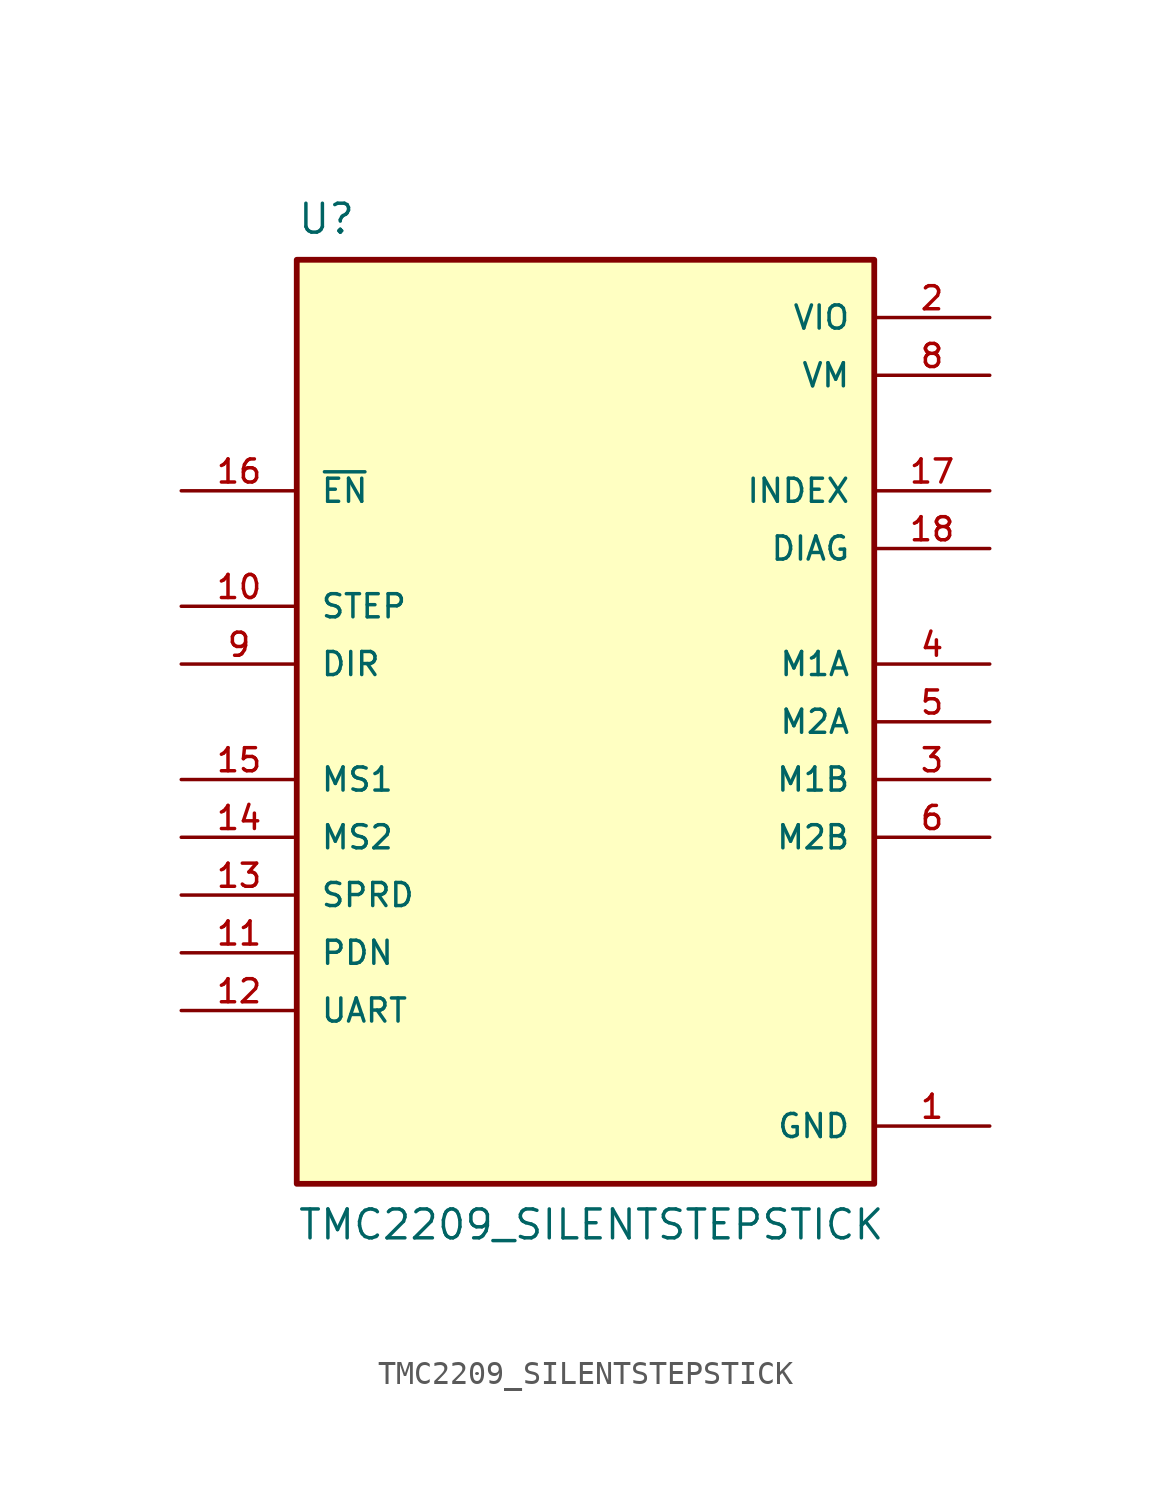
<source format=kicad_sym>
(kicad_symbol_lib
  (version 20211014)
  (generator kicad_symbol_editor)
  (symbol "TMC2209_SILENTSTEPSTICK"
    (pin_names
      (offset 1.016))
    (property "Reference" "U"
      (at -12.7 22.86 0)
      (effects (font (size 1.27 1.27)) (justify top left)))
    (property "Value" "TMC2209_SILENTSTEPSTICK"
      (at -12.7 -22.86 0)
      (effects (font (size 1.27 1.27)) (justify bottom left)))
    (symbol "TMC2209_SILENTSTEPSTICK_0_0"
      (rectangle (start -12.7 -20.32) (end 12.7 20.32) (stroke (width 0.254)) (fill (type background)))
      (pin power_in line (at 17.78 -17.78 180.0) (length 5.08) (name "GND" (effects (font (size 1.016 1.016)))) (number "1" (effects (font (size 1.016 1.016)))))
      (pin power_in line (at 17.78 -17.78 180.0) (length 5.08) hide (name "GND" (effects (font (size 1.016 1.016)))) (number "7" (effects (font (size 1.016 1.016)))))
      (pin power_in line (at 17.78 17.78 180.0) (length 5.08) (name "VIO" (effects (font (size 1.016 1.016)))) (number "2" (effects (font (size 1.016 1.016)))))
      (pin output line (at 17.78 -2.54 180.0) (length 5.08) (name "M1B" (effects (font (size 1.016 1.016)))) (number "3" (effects (font (size 1.016 1.016)))))
      (pin output line (at 17.78 2.54 180.0) (length 5.08) (name "M1A" (effects (font (size 1.016 1.016)))) (number "4" (effects (font (size 1.016 1.016)))))
      (pin output line (at 17.78 0.0 180.0) (length 5.08) (name "M2A" (effects (font (size 1.016 1.016)))) (number "5" (effects (font (size 1.016 1.016)))))
      (pin output line (at 17.78 -5.08 180.0) (length 5.08) (name "M2B" (effects (font (size 1.016 1.016)))) (number "6" (effects (font (size 1.016 1.016)))))
      (pin power_in line (at 17.78 15.24 180.0) (length 5.08) (name "VM" (effects (font (size 1.016 1.016)))) (number "8" (effects (font (size 1.016 1.016)))))
      (pin output line (at 17.78 10.16 180.0) (length 5.08) (name "INDEX" (effects (font (size 1.016 1.016)))) (number "17" (effects (font (size 1.016 1.016)))))
      (pin input line (at -17.78 2.54 0) (length 5.08) (name "DIR" (effects (font (size 1.016 1.016)))) (number "9" (effects (font (size 1.016 1.016)))))
      (pin input line (at -17.78 5.08 0) (length 5.08) (name "STEP" (effects (font (size 1.016 1.016)))) (number "10" (effects (font (size 1.016 1.016)))))
      (pin bidirectional line (at -17.78 -10.16 0) (length 5.08) (name "PDN" (effects (font (size 1.016 1.016)))) (number "11" (effects (font (size 1.016 1.016)))))
      (pin bidirectional line (at -17.78 -12.7 0) (length 5.08) (name "UART" (effects (font (size 1.016 1.016)))) (number "12" (effects (font (size 1.016 1.016)))))
      (pin input line (at -17.78 -7.62 0) (length 5.08) (name "SPRD" (effects (font (size 1.016 1.016)))) (number "13" (effects (font (size 1.016 1.016)))))
      (pin input line (at -17.78 -5.08 0) (length 5.08) (name "MS2" (effects (font (size 1.016 1.016)))) (number "14" (effects (font (size 1.016 1.016)))))
      (pin input line (at -17.78 -2.54 0) (length 5.08) (name "MS1" (effects (font (size 1.016 1.016)))) (number "15" (effects (font (size 1.016 1.016)))))
      (pin input line (at -17.78 10.16 0) (length 5.08) (name "~{EN}" (effects (font (size 1.016 1.016)))) (number "16" (effects (font (size 1.016 1.016)))))
      (pin output line (at 17.78 7.62 180.0) (length 5.08) (name "DIAG" (effects (font (size 1.016 1.016)))) (number "18" (effects (font (size 1.016 1.016))))))))
</source>
